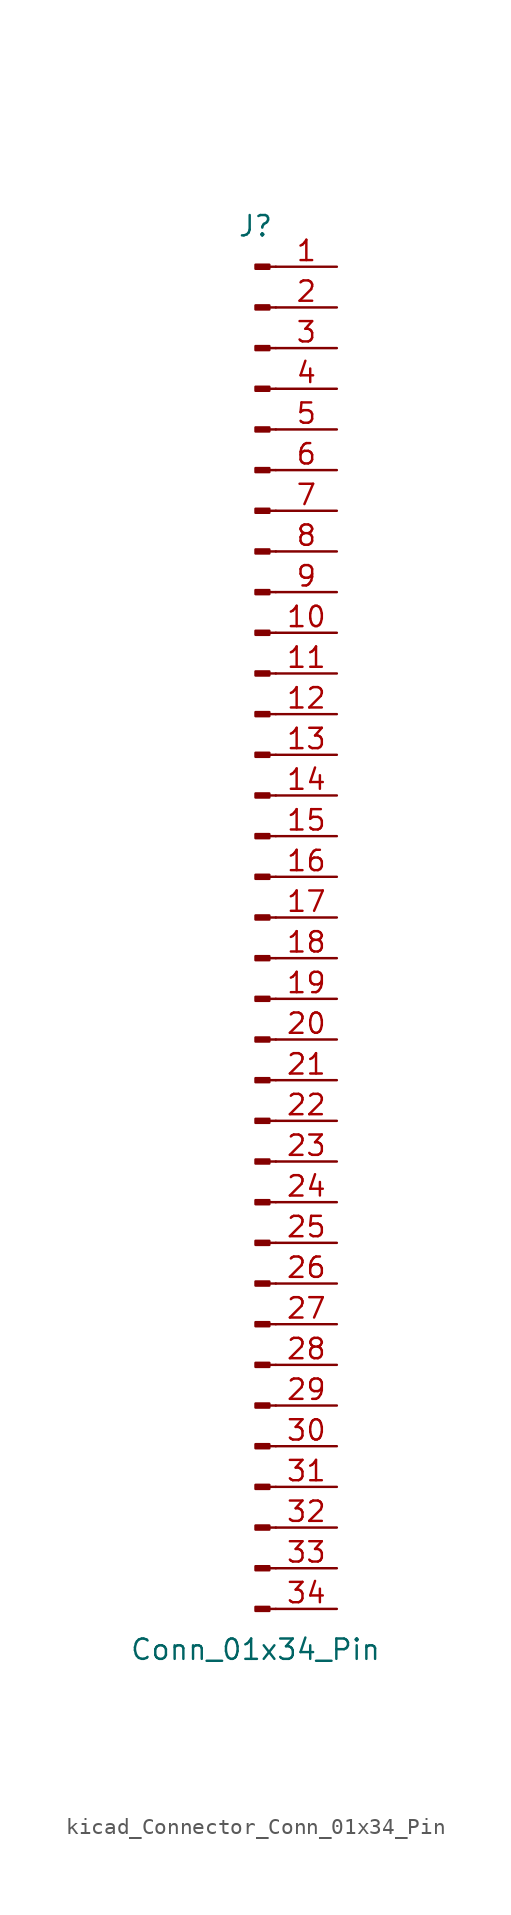
<source format=kicad_sym>
(kicad_symbol_lib
  (version 20220914)
  (generator kicad_symbol_editor)
  (symbol "kicad_Connector_Conn_01x34_Pin"
    (pin_names
      (offset 1.016) hide)
    (property "Reference" "J"
      (at 0 43.18 0)
      (effects (font (size 1.27 1.27))))
    (property "Value" "Conn_01x34_Pin"
      (at 0 -45.72 0)
      (effects (font (size 1.27 1.27))))
    (property "ki_locked" ""
      (at 0 0 0)
      (effects (font (size 1.27 1.27))))
    (symbol "kicad_Connector_Conn_01x34_Pin_1_1"
      (polyline (pts (xy 1.27 -43.18) (xy 0.864 -43.18)) (stroke (width 0.152) (type default)) (fill (type none)))
      (polyline (pts (xy 1.27 -40.64) (xy 0.864 -40.64)) (stroke (width 0.152) (type default)) (fill (type none)))
      (polyline (pts (xy 1.27 -38.1) (xy 0.864 -38.1)) (stroke (width 0.152) (type default)) (fill (type none)))
      (polyline (pts (xy 1.27 -35.56) (xy 0.864 -35.56)) (stroke (width 0.152) (type default)) (fill (type none)))
      (polyline (pts (xy 1.27 -33.02) (xy 0.864 -33.02)) (stroke (width 0.152) (type default)) (fill (type none)))
      (polyline (pts (xy 1.27 -30.48) (xy 0.864 -30.48)) (stroke (width 0.152) (type default)) (fill (type none)))
      (polyline (pts (xy 1.27 -27.94) (xy 0.864 -27.94)) (stroke (width 0.152) (type default)) (fill (type none)))
      (polyline (pts (xy 1.27 -25.4) (xy 0.864 -25.4)) (stroke (width 0.152) (type default)) (fill (type none)))
      (polyline (pts (xy 1.27 -22.86) (xy 0.864 -22.86)) (stroke (width 0.152) (type default)) (fill (type none)))
      (polyline (pts (xy 1.27 -20.32) (xy 0.864 -20.32)) (stroke (width 0.152) (type default)) (fill (type none)))
      (polyline (pts (xy 1.27 -17.78) (xy 0.864 -17.78)) (stroke (width 0.152) (type default)) (fill (type none)))
      (polyline (pts (xy 1.27 -15.24) (xy 0.864 -15.24)) (stroke (width 0.152) (type default)) (fill (type none)))
      (polyline (pts (xy 1.27 -12.7) (xy 0.864 -12.7)) (stroke (width 0.152) (type default)) (fill (type none)))
      (polyline (pts (xy 1.27 -10.16) (xy 0.864 -10.16)) (stroke (width 0.152) (type default)) (fill (type none)))
      (polyline (pts (xy 1.27 -7.62) (xy 0.864 -7.62)) (stroke (width 0.152) (type default)) (fill (type none)))
      (polyline (pts (xy 1.27 -5.08) (xy 0.864 -5.08)) (stroke (width 0.152) (type default)) (fill (type none)))
      (polyline (pts (xy 1.27 -2.54) (xy 0.864 -2.54)) (stroke (width 0.152) (type default)) (fill (type none)))
      (polyline (pts (xy 1.27 0) (xy 0.864 0)) (stroke (width 0.152) (type default)) (fill (type none)))
      (polyline (pts (xy 1.27 2.54) (xy 0.864 2.54)) (stroke (width 0.152) (type default)) (fill (type none)))
      (polyline (pts (xy 1.27 5.08) (xy 0.864 5.08)) (stroke (width 0.152) (type default)) (fill (type none)))
      (polyline (pts (xy 1.27 7.62) (xy 0.864 7.62)) (stroke (width 0.152) (type default)) (fill (type none)))
      (polyline (pts (xy 1.27 10.16) (xy 0.864 10.16)) (stroke (width 0.152) (type default)) (fill (type none)))
      (polyline (pts (xy 1.27 12.7) (xy 0.864 12.7)) (stroke (width 0.152) (type default)) (fill (type none)))
      (polyline (pts (xy 1.27 15.24) (xy 0.864 15.24)) (stroke (width 0.152) (type default)) (fill (type none)))
      (polyline (pts (xy 1.27 17.78) (xy 0.864 17.78)) (stroke (width 0.152) (type default)) (fill (type none)))
      (polyline (pts (xy 1.27 20.32) (xy 0.864 20.32)) (stroke (width 0.152) (type default)) (fill (type none)))
      (polyline (pts (xy 1.27 22.86) (xy 0.864 22.86)) (stroke (width 0.152) (type default)) (fill (type none)))
      (polyline (pts (xy 1.27 25.4) (xy 0.864 25.4)) (stroke (width 0.152) (type default)) (fill (type none)))
      (polyline (pts (xy 1.27 27.94) (xy 0.864 27.94)) (stroke (width 0.152) (type default)) (fill (type none)))
      (polyline (pts (xy 1.27 30.48) (xy 0.864 30.48)) (stroke (width 0.152) (type default)) (fill (type none)))
      (polyline (pts (xy 1.27 33.02) (xy 0.864 33.02)) (stroke (width 0.152) (type default)) (fill (type none)))
      (polyline (pts (xy 1.27 35.56) (xy 0.864 35.56)) (stroke (width 0.152) (type default)) (fill (type none)))
      (polyline (pts (xy 1.27 38.1) (xy 0.864 38.1)) (stroke (width 0.152) (type default)) (fill (type none)))
      (polyline (pts (xy 1.27 40.64) (xy 0.864 40.64)) (stroke (width 0.152) (type default)) (fill (type none)))
      (rectangle (start 0.864 -43.053) (end 0 -43.307) (stroke (width 0.152) (type default)) (fill (type outline)))
      (rectangle (start 0.864 -40.513) (end 0 -40.767) (stroke (width 0.152) (type default)) (fill (type outline)))
      (rectangle (start 0.864 -37.973) (end 0 -38.227) (stroke (width 0.152) (type default)) (fill (type outline)))
      (rectangle (start 0.864 -35.433) (end 0 -35.687) (stroke (width 0.152) (type default)) (fill (type outline)))
      (rectangle (start 0.864 -32.893) (end 0 -33.147) (stroke (width 0.152) (type default)) (fill (type outline)))
      (rectangle (start 0.864 -30.353) (end 0 -30.607) (stroke (width 0.152) (type default)) (fill (type outline)))
      (rectangle (start 0.864 -27.813) (end 0 -28.067) (stroke (width 0.152) (type default)) (fill (type outline)))
      (rectangle (start 0.864 -25.273) (end 0 -25.527) (stroke (width 0.152) (type default)) (fill (type outline)))
      (rectangle (start 0.864 -22.733) (end 0 -22.987) (stroke (width 0.152) (type default)) (fill (type outline)))
      (rectangle (start 0.864 -20.193) (end 0 -20.447) (stroke (width 0.152) (type default)) (fill (type outline)))
      (rectangle (start 0.864 -17.653) (end 0 -17.907) (stroke (width 0.152) (type default)) (fill (type outline)))
      (rectangle (start 0.864 -15.113) (end 0 -15.367) (stroke (width 0.152) (type default)) (fill (type outline)))
      (rectangle (start 0.864 -12.573) (end 0 -12.827) (stroke (width 0.152) (type default)) (fill (type outline)))
      (rectangle (start 0.864 -10.033) (end 0 -10.287) (stroke (width 0.152) (type default)) (fill (type outline)))
      (rectangle (start 0.864 -7.493) (end 0 -7.747) (stroke (width 0.152) (type default)) (fill (type outline)))
      (rectangle (start 0.864 -4.953) (end 0 -5.207) (stroke (width 0.152) (type default)) (fill (type outline)))
      (rectangle (start 0.864 -2.413) (end 0 -2.667) (stroke (width 0.152) (type default)) (fill (type outline)))
      (rectangle (start 0.864 0.127) (end 0 -0.127) (stroke (width 0.152) (type default)) (fill (type outline)))
      (rectangle (start 0.864 2.667) (end 0 2.413) (stroke (width 0.152) (type default)) (fill (type outline)))
      (rectangle (start 0.864 5.207) (end 0 4.953) (stroke (width 0.152) (type default)) (fill (type outline)))
      (rectangle (start 0.864 7.747) (end 0 7.493) (stroke (width 0.152) (type default)) (fill (type outline)))
      (rectangle (start 0.864 10.287) (end 0 10.033) (stroke (width 0.152) (type default)) (fill (type outline)))
      (rectangle (start 0.864 12.827) (end 0 12.573) (stroke (width 0.152) (type default)) (fill (type outline)))
      (rectangle (start 0.864 15.367) (end 0 15.113) (stroke (width 0.152) (type default)) (fill (type outline)))
      (rectangle (start 0.864 17.907) (end 0 17.653) (stroke (width 0.152) (type default)) (fill (type outline)))
      (rectangle (start 0.864 20.447) (end 0 20.193) (stroke (width 0.152) (type default)) (fill (type outline)))
      (rectangle (start 0.864 22.987) (end 0 22.733) (stroke (width 0.152) (type default)) (fill (type outline)))
      (rectangle (start 0.864 25.527) (end 0 25.273) (stroke (width 0.152) (type default)) (fill (type outline)))
      (rectangle (start 0.864 28.067) (end 0 27.813) (stroke (width 0.152) (type default)) (fill (type outline)))
      (rectangle (start 0.864 30.607) (end 0 30.353) (stroke (width 0.152) (type default)) (fill (type outline)))
      (rectangle (start 0.864 33.147) (end 0 32.893) (stroke (width 0.152) (type default)) (fill (type outline)))
      (rectangle (start 0.864 35.687) (end 0 35.433) (stroke (width 0.152) (type default)) (fill (type outline)))
      (rectangle (start 0.864 38.227) (end 0 37.973) (stroke (width 0.152) (type default)) (fill (type outline)))
      (rectangle (start 0.864 40.767) (end 0 40.513) (stroke (width 0.152) (type default)) (fill (type outline)))
      (pin passive line (at 5.08 40.64 180) (length 3.81) (name "Pin_1" (effects (font (size 1.27 1.27)))) (number "1" (effects (font (size 1.27 1.27)))))
      (pin passive line (at 5.08 17.78 180) (length 3.81) (name "Pin_10" (effects (font (size 1.27 1.27)))) (number "10" (effects (font (size 1.27 1.27)))))
      (pin passive line (at 5.08 15.24 180) (length 3.81) (name "Pin_11" (effects (font (size 1.27 1.27)))) (number "11" (effects (font (size 1.27 1.27)))))
      (pin passive line (at 5.08 12.7 180) (length 3.81) (name "Pin_12" (effects (font (size 1.27 1.27)))) (number "12" (effects (font (size 1.27 1.27)))))
      (pin passive line (at 5.08 10.16 180) (length 3.81) (name "Pin_13" (effects (font (size 1.27 1.27)))) (number "13" (effects (font (size 1.27 1.27)))))
      (pin passive line (at 5.08 7.62 180) (length 3.81) (name "Pin_14" (effects (font (size 1.27 1.27)))) (number "14" (effects (font (size 1.27 1.27)))))
      (pin passive line (at 5.08 5.08 180) (length 3.81) (name "Pin_15" (effects (font (size 1.27 1.27)))) (number "15" (effects (font (size 1.27 1.27)))))
      (pin passive line (at 5.08 2.54 180) (length 3.81) (name "Pin_16" (effects (font (size 1.27 1.27)))) (number "16" (effects (font (size 1.27 1.27)))))
      (pin passive line (at 5.08 0 180) (length 3.81) (name "Pin_17" (effects (font (size 1.27 1.27)))) (number "17" (effects (font (size 1.27 1.27)))))
      (pin passive line (at 5.08 -2.54 180) (length 3.81) (name "Pin_18" (effects (font (size 1.27 1.27)))) (number "18" (effects (font (size 1.27 1.27)))))
      (pin passive line (at 5.08 -5.08 180) (length 3.81) (name "Pin_19" (effects (font (size 1.27 1.27)))) (number "19" (effects (font (size 1.27 1.27)))))
      (pin passive line (at 5.08 38.1 180) (length 3.81) (name "Pin_2" (effects (font (size 1.27 1.27)))) (number "2" (effects (font (size 1.27 1.27)))))
      (pin passive line (at 5.08 -7.62 180) (length 3.81) (name "Pin_20" (effects (font (size 1.27 1.27)))) (number "20" (effects (font (size 1.27 1.27)))))
      (pin passive line (at 5.08 -10.16 180) (length 3.81) (name "Pin_21" (effects (font (size 1.27 1.27)))) (number "21" (effects (font (size 1.27 1.27)))))
      (pin passive line (at 5.08 -12.7 180) (length 3.81) (name "Pin_22" (effects (font (size 1.27 1.27)))) (number "22" (effects (font (size 1.27 1.27)))))
      (pin passive line (at 5.08 -15.24 180) (length 3.81) (name "Pin_23" (effects (font (size 1.27 1.27)))) (number "23" (effects (font (size 1.27 1.27)))))
      (pin passive line (at 5.08 -17.78 180) (length 3.81) (name "Pin_24" (effects (font (size 1.27 1.27)))) (number "24" (effects (font (size 1.27 1.27)))))
      (pin passive line (at 5.08 -20.32 180) (length 3.81) (name "Pin_25" (effects (font (size 1.27 1.27)))) (number "25" (effects (font (size 1.27 1.27)))))
      (pin passive line (at 5.08 -22.86 180) (length 3.81) (name "Pin_26" (effects (font (size 1.27 1.27)))) (number "26" (effects (font (size 1.27 1.27)))))
      (pin passive line (at 5.08 -25.4 180) (length 3.81) (name "Pin_27" (effects (font (size 1.27 1.27)))) (number "27" (effects (font (size 1.27 1.27)))))
      (pin passive line (at 5.08 -27.94 180) (length 3.81) (name "Pin_28" (effects (font (size 1.27 1.27)))) (number "28" (effects (font (size 1.27 1.27)))))
      (pin passive line (at 5.08 -30.48 180) (length 3.81) (name "Pin_29" (effects (font (size 1.27 1.27)))) (number "29" (effects (font (size 1.27 1.27)))))
      (pin passive line (at 5.08 35.56 180) (length 3.81) (name "Pin_3" (effects (font (size 1.27 1.27)))) (number "3" (effects (font (size 1.27 1.27)))))
      (pin passive line (at 5.08 -33.02 180) (length 3.81) (name "Pin_30" (effects (font (size 1.27 1.27)))) (number "30" (effects (font (size 1.27 1.27)))))
      (pin passive line (at 5.08 -35.56 180) (length 3.81) (name "Pin_31" (effects (font (size 1.27 1.27)))) (number "31" (effects (font (size 1.27 1.27)))))
      (pin passive line (at 5.08 -38.1 180) (length 3.81) (name "Pin_32" (effects (font (size 1.27 1.27)))) (number "32" (effects (font (size 1.27 1.27)))))
      (pin passive line (at 5.08 -40.64 180) (length 3.81) (name "Pin_33" (effects (font (size 1.27 1.27)))) (number "33" (effects (font (size 1.27 1.27)))))
      (pin passive line (at 5.08 -43.18 180) (length 3.81) (name "Pin_34" (effects (font (size 1.27 1.27)))) (number "34" (effects (font (size 1.27 1.27)))))
      (pin passive line (at 5.08 33.02 180) (length 3.81) (name "Pin_4" (effects (font (size 1.27 1.27)))) (number "4" (effects (font (size 1.27 1.27)))))
      (pin passive line (at 5.08 30.48 180) (length 3.81) (name "Pin_5" (effects (font (size 1.27 1.27)))) (number "5" (effects (font (size 1.27 1.27)))))
      (pin passive line (at 5.08 27.94 180) (length 3.81) (name "Pin_6" (effects (font (size 1.27 1.27)))) (number "6" (effects (font (size 1.27 1.27)))))
      (pin passive line (at 5.08 25.4 180) (length 3.81) (name "Pin_7" (effects (font (size 1.27 1.27)))) (number "7" (effects (font (size 1.27 1.27)))))
      (pin passive line (at 5.08 22.86 180) (length 3.81) (name "Pin_8" (effects (font (size 1.27 1.27)))) (number "8" (effects (font (size 1.27 1.27)))))
      (pin passive line (at 5.08 20.32 180) (length 3.81) (name "Pin_9" (effects (font (size 1.27 1.27)))) (number "9" (effects (font (size 1.27 1.27))))))))
</source>
